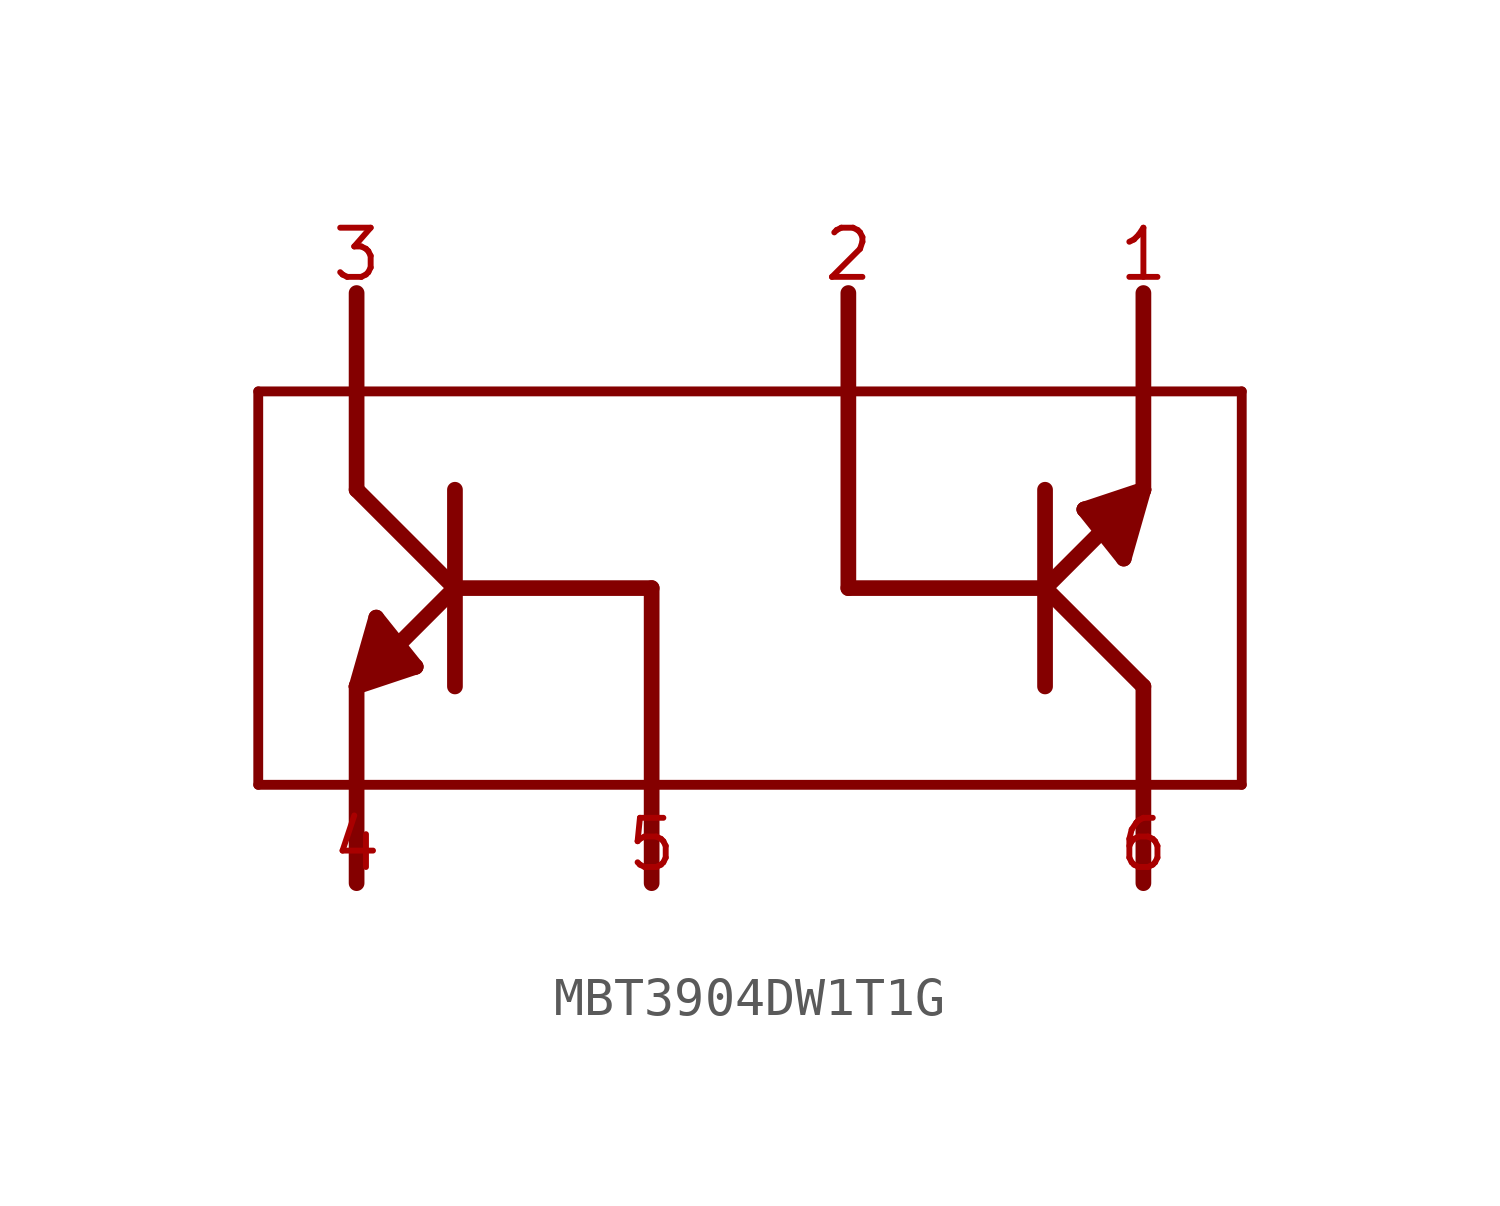
<source format=kicad_sym>
(kicad_symbol_lib
  (version 20211014)
  (generator kicad_symbol_editor)
  (symbol "MBT3904DW1T1G"
    (property "Reference" ""
      (at 0 0 0)
      (effects (font (size 1.27 1.27)) hide))
    (property "ki_locked" ""
      (at 0 0 0)
      (effects (font (size 1.27 1.27))))
    (symbol "MBT3904DW1T1G_1_0"
      (polyline (pts (xy -12.7 -5.08) (xy -12.7 5.08)) (stroke (width 0.254) (type default) (color 0 0 0 0)) (fill (type none)))
      (polyline (pts (xy -12.7 5.08) (xy 12.7 5.08)) (stroke (width 0.254) (type default) (color 0 0 0 0)) (fill (type none)))
      (polyline (pts (xy -10.16 -2.54) (xy -10.16 -7.62)) (stroke (width 0.406) (type default) (color 0 0 0 0)) (fill (type none)))
      (polyline (pts (xy -10.16 -2.54) (xy -8.636 -2.032)) (stroke (width 0.406) (type default) (color 0 0 0 0)) (fill (type none)))
      (polyline (pts (xy -10.16 2.54) (xy -10.16 7.62)) (stroke (width 0.406) (type default) (color 0 0 0 0)) (fill (type none)))
      (polyline (pts (xy -9.906 -1.778) (xy -9.652 -1.27)) (stroke (width 0.406) (type default) (color 0 0 0 0)) (fill (type none)))
      (polyline (pts (xy -9.652 -1.524) (xy -9.906 -1.778)) (stroke (width 0.406) (type default) (color 0 0 0 0)) (fill (type none)))
      (polyline (pts (xy -9.652 -1.27) (xy -9.398 -1.524)) (stroke (width 0.406) (type default) (color 0 0 0 0)) (fill (type none)))
      (polyline (pts (xy -9.652 -0.762) (xy -10.16 -2.54)) (stroke (width 0.406) (type default) (color 0 0 0 0)) (fill (type none)))
      (polyline (pts (xy -9.398 -2.032) (xy -9.652 -1.524)) (stroke (width 0.406) (type default) (color 0 0 0 0)) (fill (type none)))
      (polyline (pts (xy -9.144 -2.032) (xy -9.144 -1.778)) (stroke (width 0.406) (type default) (color 0 0 0 0)) (fill (type none)))
      (polyline (pts (xy -9.144 -1.778) (xy -9.398 -2.032)) (stroke (width 0.406) (type default) (color 0 0 0 0)) (fill (type none)))
      (polyline (pts (xy -8.636 -2.032) (xy -9.652 -0.762)) (stroke (width 0.406) (type default) (color 0 0 0 0)) (fill (type none)))
      (polyline (pts (xy -8.636 -2.032) (xy -9.144 -2.032)) (stroke (width 0.406) (type default) (color 0 0 0 0)) (fill (type none)))
      (polyline (pts (xy -7.62 0) (xy -10.16 -2.54)) (stroke (width 0.406) (type default) (color 0 0 0 0)) (fill (type none)))
      (polyline (pts (xy -7.62 0) (xy -10.16 2.54)) (stroke (width 0.406) (type default) (color 0 0 0 0)) (fill (type none)))
      (polyline (pts (xy -7.62 0) (xy -7.62 -2.54)) (stroke (width 0.406) (type default) (color 0 0 0 0)) (fill (type none)))
      (polyline (pts (xy -7.62 0) (xy -2.54 0)) (stroke (width 0.406) (type default) (color 0 0 0 0)) (fill (type none)))
      (polyline (pts (xy -7.62 2.54) (xy -7.62 0)) (stroke (width 0.406) (type default) (color 0 0 0 0)) (fill (type none)))
      (polyline (pts (xy -2.54 0) (xy -2.54 -7.62)) (stroke (width 0.406) (type default) (color 0 0 0 0)) (fill (type none)))
      (polyline (pts (xy 2.54 0) (xy 2.54 7.62)) (stroke (width 0.406) (type default) (color 0 0 0 0)) (fill (type none)))
      (polyline (pts (xy 7.62 -2.54) (xy 7.62 0)) (stroke (width 0.406) (type default) (color 0 0 0 0)) (fill (type none)))
      (polyline (pts (xy 7.62 0) (xy 2.54 0)) (stroke (width 0.406) (type default) (color 0 0 0 0)) (fill (type none)))
      (polyline (pts (xy 7.62 0) (xy 7.62 2.54)) (stroke (width 0.406) (type default) (color 0 0 0 0)) (fill (type none)))
      (polyline (pts (xy 7.62 0) (xy 10.16 -2.54)) (stroke (width 0.406) (type default) (color 0 0 0 0)) (fill (type none)))
      (polyline (pts (xy 7.62 0) (xy 10.16 2.54)) (stroke (width 0.406) (type default) (color 0 0 0 0)) (fill (type none)))
      (polyline (pts (xy 8.636 2.032) (xy 9.144 2.032)) (stroke (width 0.406) (type default) (color 0 0 0 0)) (fill (type none)))
      (polyline (pts (xy 8.636 2.032) (xy 9.652 0.762)) (stroke (width 0.406) (type default) (color 0 0 0 0)) (fill (type none)))
      (polyline (pts (xy 9.144 1.778) (xy 9.398 2.032)) (stroke (width 0.406) (type default) (color 0 0 0 0)) (fill (type none)))
      (polyline (pts (xy 9.144 2.032) (xy 9.144 1.778)) (stroke (width 0.406) (type default) (color 0 0 0 0)) (fill (type none)))
      (polyline (pts (xy 9.398 2.032) (xy 9.652 1.524)) (stroke (width 0.406) (type default) (color 0 0 0 0)) (fill (type none)))
      (polyline (pts (xy 9.652 0.762) (xy 10.16 2.54)) (stroke (width 0.406) (type default) (color 0 0 0 0)) (fill (type none)))
      (polyline (pts (xy 9.652 1.27) (xy 9.398 1.524)) (stroke (width 0.406) (type default) (color 0 0 0 0)) (fill (type none)))
      (polyline (pts (xy 9.652 1.524) (xy 9.906 1.778)) (stroke (width 0.406) (type default) (color 0 0 0 0)) (fill (type none)))
      (polyline (pts (xy 9.906 1.778) (xy 9.652 1.27)) (stroke (width 0.406) (type default) (color 0 0 0 0)) (fill (type none)))
      (polyline (pts (xy 10.16 -2.54) (xy 10.16 -7.62)) (stroke (width 0.406) (type default) (color 0 0 0 0)) (fill (type none)))
      (polyline (pts (xy 10.16 2.54) (xy 8.636 2.032)) (stroke (width 0.406) (type default) (color 0 0 0 0)) (fill (type none)))
      (polyline (pts (xy 10.16 2.54) (xy 10.16 7.62)) (stroke (width 0.406) (type default) (color 0 0 0 0)) (fill (type none)))
      (polyline (pts (xy 12.7 -5.08) (xy -12.7 -5.08)) (stroke (width 0.254) (type default) (color 0 0 0 0)) (fill (type none)))
      (polyline (pts (xy 12.7 5.08) (xy 12.7 -5.08)) (stroke (width 0.254) (type default) (color 0 0 0 0)) (fill (type none)))
      (pin bidirectional line (at 10.16 7.62 0) (length 0) (name "1" (effects (font (size 0 0)))) (number "1" (effects (font (size 1.27 1.27)))))
      (pin bidirectional line (at 2.54 7.62 0) (length 0) (name "2" (effects (font (size 0 0)))) (number "2" (effects (font (size 1.27 1.27)))))
      (pin bidirectional line (at -10.16 7.62 180) (length 0) (name "3" (effects (font (size 0 0)))) (number "3" (effects (font (size 1.27 1.27)))))
      (pin bidirectional line (at -10.16 -7.62 180) (length 0) (name "4" (effects (font (size 0 0)))) (number "4" (effects (font (size 1.27 1.27)))))
      (pin bidirectional line (at -2.54 -7.62 180) (length 0) (name "5" (effects (font (size 0 0)))) (number "5" (effects (font (size 1.27 1.27)))))
      (pin bidirectional line (at 10.16 -7.62 0) (length 0) (name "6" (effects (font (size 0 0)))) (number "6" (effects (font (size 1.27 1.27))))))))
</source>
